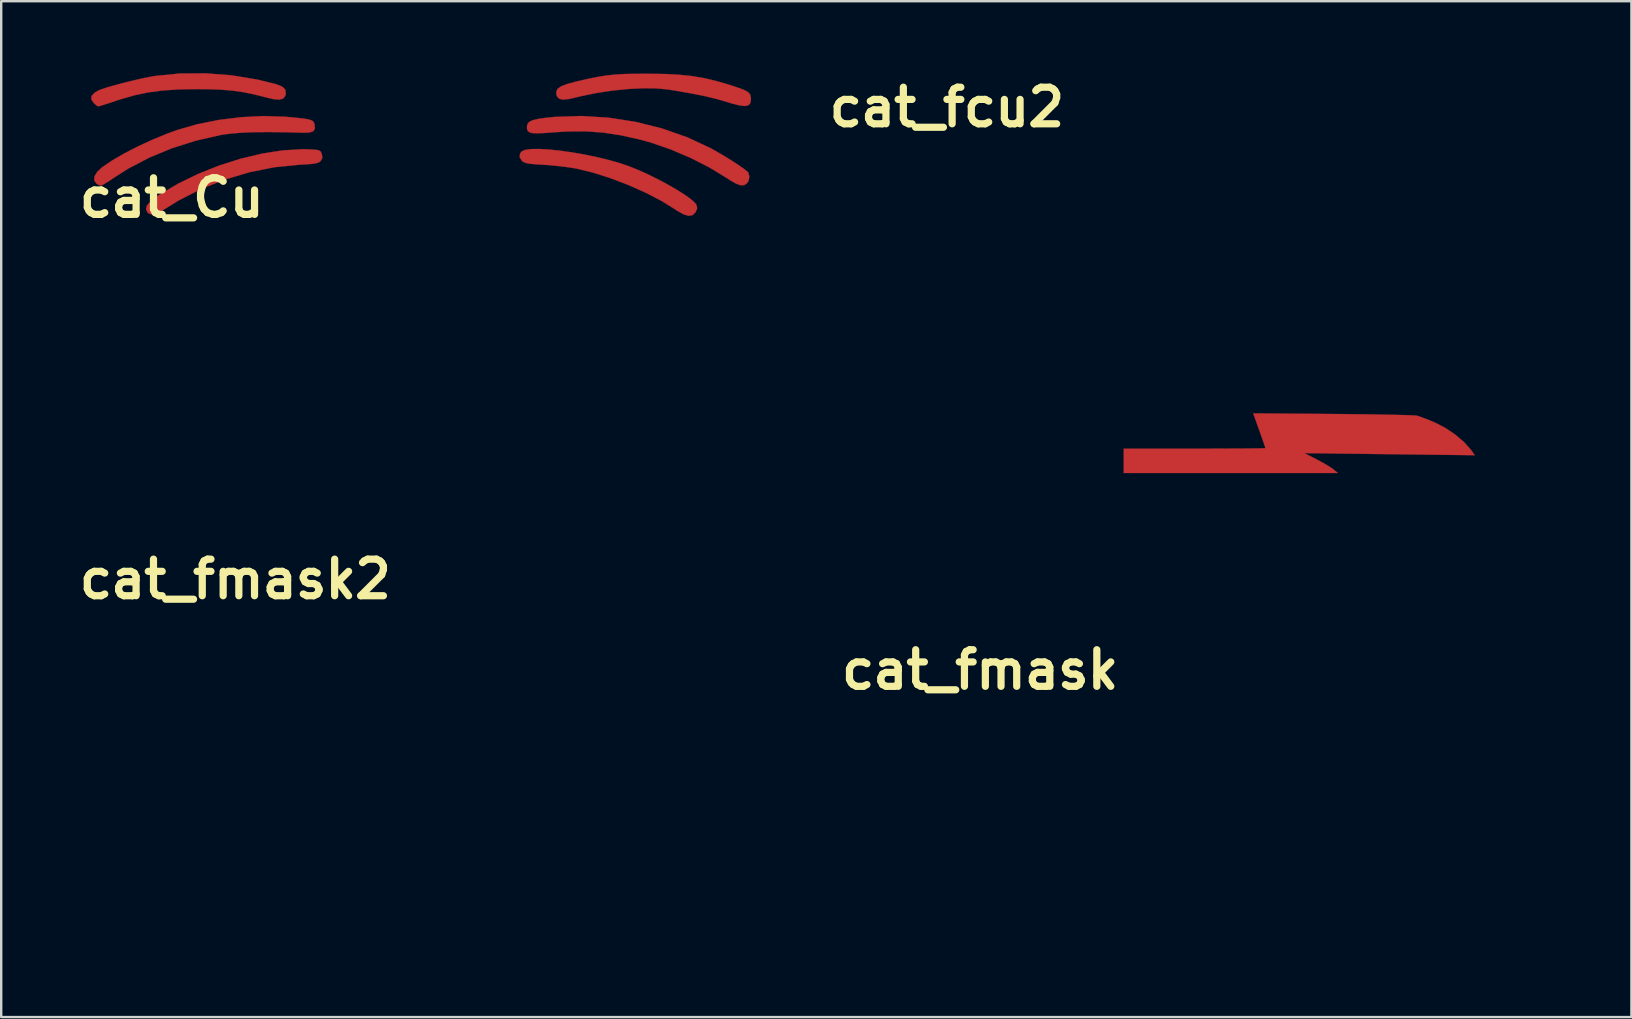
<source format=kicad_pcb>
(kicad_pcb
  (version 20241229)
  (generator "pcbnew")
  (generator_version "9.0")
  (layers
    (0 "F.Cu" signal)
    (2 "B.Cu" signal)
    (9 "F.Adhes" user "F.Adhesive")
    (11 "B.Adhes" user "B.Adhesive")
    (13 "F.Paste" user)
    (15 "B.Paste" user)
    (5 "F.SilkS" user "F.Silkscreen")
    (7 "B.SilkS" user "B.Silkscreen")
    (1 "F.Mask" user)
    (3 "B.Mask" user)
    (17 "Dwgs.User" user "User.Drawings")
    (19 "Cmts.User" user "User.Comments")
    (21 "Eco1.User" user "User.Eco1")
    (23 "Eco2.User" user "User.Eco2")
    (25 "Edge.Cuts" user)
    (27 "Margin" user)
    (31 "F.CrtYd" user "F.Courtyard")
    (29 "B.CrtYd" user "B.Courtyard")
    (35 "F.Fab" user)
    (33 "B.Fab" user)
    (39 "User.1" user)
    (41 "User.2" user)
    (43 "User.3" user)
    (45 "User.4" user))
  (footprint "cat_fmask"
    (layer "F.Cu")
    (at 37.786 24.855)
    (property "Reference" "cat_fmask" (at 0 0 0) (layer "F.SilkS") (effects (font (size 1.524 1.524) (thickness 0.3))))
    (attr through_hole)
    (fp_poly (pts (xy 5.714 -2.02) (xy 5.957 -2.007) (xy 6.105 -1.986) (xy 6.186 -1.946) (xy 6.231 -1.876) (xy 6.249 -1.828) (xy 6.275 -1.67) (xy 6.209 -1.544) (xy 6.201 -1.535) (xy 6.135 -1.482) (xy 6.033 -1.444) (xy 5.872 -1.417) (xy 5.627 -1.396) (xy 5.317 -1.379) (xy 4.285 -1.276) (xy 3.239 -1.067) (xy 2.205 -0.76) (xy 1.211 -0.365) (xy 0.283 0.111) (xy -0.145 0.375) (xy -0.455 0.563) (xy -0.689 0.667) (xy -0.86 0.69) (xy -0.984 0.637) (xy -1.015 0.604) (xy -1.075 0.469) (xy -1.034 0.32) (xy -0.886 0.148) (xy -0.626 -0.055) (xy -0.524 -0.124) (xy 0.247 -0.582) (xy 1.083 -0.99) (xy 1.961 -1.341) (xy 2.858 -1.626) (xy 3.75 -1.841) (xy 4.614 -1.976) (xy 5.427 -2.025) (xy 5.714 -2.02)) (stroke (width 0.01) (type solid)) (fill yes) (layer "F.Mask"))
    (fp_poly (pts (xy 2.502 -5.102) (xy 3.571 -4.926) (xy 4.362 -4.73) (xy 4.604 -4.631) (xy 4.731 -4.504) (xy 4.751 -4.336) (xy 4.731 -4.255) (xy 4.65 -4.141) (xy 4.493 -4.092) (xy 4.248 -4.109) (xy 3.928 -4.183) (xy 3.427 -4.311) (xy 2.961 -4.405) (xy 2.493 -4.47) (xy 1.99 -4.51) (xy 1.418 -4.528) (xy 1.016 -4.53) (xy 0.271 -4.516) (xy -0.383 -4.472) (xy -0.977 -4.393) (xy -1.544 -4.274) (xy -2.118 -4.111) (xy -2.347 -4.036) (xy -2.62 -3.945) (xy -2.848 -3.871) (xy -3.005 -3.824) (xy -3.062 -3.81) (xy -3.139 -3.851) (xy -3.239 -3.937) (xy -3.352 -4.097) (xy -3.346 -4.241) (xy -3.218 -4.378) (xy -3.067 -4.468) (xy -2.908 -4.531) (xy -2.653 -4.613) (xy -2.328 -4.705) (xy -1.962 -4.802) (xy -1.581 -4.895) (xy -1.214 -4.979) (xy -0.888 -5.045) (xy -0.7 -5.077) (xy 0.332 -5.18) (xy 1.411 -5.187) (xy 2.502 -5.102)) (stroke (width 0.01) (type solid)) (fill yes) (layer "F.Mask"))
    (fp_poly (pts (xy 4.719 -3.378) (xy 4.771 -3.374) (xy 5.174 -3.337) (xy 5.469 -3.305) (xy 5.673 -3.273) (xy 5.806 -3.236) (xy 5.884 -3.189) (xy 5.926 -3.128) (xy 5.947 -3.062) (xy 5.963 -2.884) (xy 5.894 -2.773) (xy 5.727 -2.719) (xy 5.485 -2.711) (xy 4.676 -2.733) (xy 3.981 -2.74) (xy 3.385 -2.733) (xy 2.876 -2.711) (xy 2.44 -2.674) (xy 2.066 -2.622) (xy 2.032 -2.616) (xy 1.013 -2.385) (xy 0.016 -2.07) (xy -0.932 -1.679) (xy -1.804 -1.223) (xy -2.317 -0.899) (xy -2.555 -0.74) (xy -2.758 -0.612) (xy -2.901 -0.53) (xy -2.956 -0.508) (xy -3.058 -0.543) (xy -3.137 -0.591) (xy -3.235 -0.727) (xy -3.221 -0.899) (xy -3.099 -1.092) (xy -2.891 -1.282) (xy -2.483 -1.558) (xy -1.981 -1.85) (xy -1.411 -2.143) (xy -0.803 -2.423) (xy -0.185 -2.677) (xy 0.222 -2.825) (xy 1.056 -3.065) (xy 1.963 -3.246) (xy 2.904 -3.361) (xy 3.836 -3.407) (xy 4.719 -3.378)) (stroke (width 0.01) (type solid)) (fill yes) (layer "F.Mask"))
    (fp_poly (pts (xy 18.198 -3.339) (xy 19.324 -3.165) (xy 20.424 -2.891) (xy 21.477 -2.522) (xy 22.458 -2.064) (xy 22.479 -2.052) (xy 22.762 -1.893) (xy 23.063 -1.715) (xy 23.357 -1.531) (xy 23.623 -1.357) (xy 23.838 -1.207) (xy 23.978 -1.096) (xy 24.018 -1.055) (xy 24.064 -0.886) (xy 24.028 -0.701) (xy 23.967 -0.608) (xy 23.85 -0.53) (xy 23.707 -0.522) (xy 23.519 -0.586) (xy 23.266 -0.73) (xy 23.114 -0.829) (xy 22.403 -1.263) (xy 21.608 -1.667) (xy 20.773 -2.021) (xy 19.941 -2.308) (xy 19.526 -2.423) (xy 18.722 -2.603) (xy 17.978 -2.717) (xy 17.25 -2.77) (xy 16.492 -2.764) (xy 15.953 -2.731) (xy 15.543 -2.701) (xy 15.242 -2.688) (xy 15.035 -2.695) (xy 14.903 -2.727) (xy 14.83 -2.786) (xy 14.8 -2.875) (xy 14.796 -2.959) (xy 14.817 -3.074) (xy 14.892 -3.164) (xy 15.036 -3.234) (xy 15.264 -3.289) (xy 15.59 -3.335) (xy 15.962 -3.372) (xy 17.07 -3.41) (xy 18.198 -3.339)) (stroke (width 0.01) (type solid)) (fill yes) (layer "F.Mask"))
    (fp_poly (pts (xy 15.703 -2.013) (xy 16.162 -1.966) (xy 16.658 -1.897) (xy 17.175 -1.808) (xy 17.694 -1.7) (xy 18.199 -1.578) (xy 18.674 -1.442) (xy 19.002 -1.332) (xy 19.39 -1.179) (xy 19.803 -0.995) (xy 20.223 -0.788) (xy 20.632 -0.571) (xy 21.011 -0.354) (xy 21.343 -0.146) (xy 21.608 0.042) (xy 21.788 0.199) (xy 21.859 0.293) (xy 21.89 0.437) (xy 21.829 0.586) (xy 21.82 0.601) (xy 21.697 0.721) (xy 21.537 0.751) (xy 21.326 0.69) (xy 21.049 0.534) (xy 20.955 0.471) (xy 20.398 0.126) (xy 19.748 -0.211) (xy 19.039 -0.528) (xy 18.305 -0.809) (xy 17.58 -1.041) (xy 16.898 -1.21) (xy 16.891 -1.212) (xy 16.57 -1.266) (xy 16.178 -1.317) (xy 15.772 -1.357) (xy 15.5 -1.376) (xy 15.153 -1.397) (xy 14.911 -1.421) (xy 14.75 -1.452) (xy 14.648 -1.493) (xy 14.595 -1.534) (xy 14.49 -1.694) (xy 14.511 -1.846) (xy 14.578 -1.932) (xy 14.718 -1.998) (xy 14.964 -2.031) (xy 15.298 -2.036) (xy 15.703 -2.013)) (stroke (width 0.01) (type solid)) (fill yes) (layer "F.Mask"))
    (fp_poly (pts (xy 19.875 -5.169) (xy 20.561 -5.159) (xy 21.153 -5.127) (xy 21.685 -5.071) (xy 22.188 -4.985) (xy 22.697 -4.864) (xy 23.242 -4.704) (xy 23.378 -4.661) (xy 23.694 -4.554) (xy 23.907 -4.466) (xy 24.038 -4.381) (xy 24.105 -4.286) (xy 24.128 -4.165) (xy 24.13 -4.103) (xy 24.107 -3.951) (xy 24.028 -3.859) (xy 23.881 -3.825) (xy 23.652 -3.85) (xy 23.33 -3.931) (xy 23.082 -4.008) (xy 22.696 -4.12) (xy 22.242 -4.23) (xy 21.702 -4.339) (xy 21.06 -4.452) (xy 20.681 -4.513) (xy 20.203 -4.559) (xy 19.634 -4.565) (xy 19.007 -4.534) (xy 18.35 -4.467) (xy 17.693 -4.368) (xy 17.068 -4.24) (xy 16.863 -4.189) (xy 16.528 -4.113) (xy 16.291 -4.093) (xy 16.137 -4.13) (xy 16.049 -4.226) (xy 16.027 -4.29) (xy 16.018 -4.43) (xy 16.078 -4.545) (xy 16.22 -4.645) (xy 16.458 -4.738) (xy 16.807 -4.834) (xy 16.881 -4.852) (xy 17.343 -4.958) (xy 17.739 -5.038) (xy 18.1 -5.096) (xy 18.459 -5.134) (xy 18.848 -5.157) (xy 19.299 -5.168) (xy 19.842 -5.17) (xy 19.875 -5.169)) (stroke (width 0.01) (type solid)) (fill yes) (layer "F.Mask")))
  (footprint "cat_fcu2"
    (layer "F.Cu")
    (at 36.402 1.418)
    (property "Reference" "cat_fcu2" (at 0 0 0) (layer "F.SilkS") (effects (font (size 1.524 1.524) (thickness 0.3))))
    (attr through_hole)
    (fp_poly (pts (xy 16.081 12.78) (xy 16.724 12.786) (xy 17.333 12.793) (xy 17.896 12.801) (xy 18.399 12.81) (xy 18.83 12.82) (xy 19.176 12.829) (xy 19.425 12.839) (xy 19.565 12.848) (xy 19.585 12.851) (xy 19.725 12.896) (xy 19.944 12.978) (xy 20.204 13.083) (xy 20.33 13.135) (xy 20.76 13.356) (xy 21.179 13.639) (xy 21.551 13.956) (xy 21.837 14.278) (xy 21.852 14.299) (xy 21.994 14.498) (xy 18.442 14.455) (xy 14.891 14.411) (xy 15.399 14.669) (xy 15.655 14.806) (xy 15.889 14.943) (xy 16.062 15.056) (xy 16.097 15.083) (xy 16.288 15.239) (xy 11.827 15.24) (xy 7.366 15.24) (xy 7.366 14.224) (xy 10.319 14.224) (xy 10.917 14.224) (xy 11.476 14.222) (xy 11.98 14.22) (xy 12.42 14.218) (xy 12.781 14.215) (xy 13.051 14.211) (xy 13.219 14.207) (xy 13.271 14.203) (xy 13.251 14.138) (xy 13.197 13.979) (xy 13.116 13.747) (xy 13.017 13.469) (xy 13.017 13.468) (xy 12.762 12.754) (xy 16.081 12.78)) (stroke (width 0.01) (type solid)) (fill yes) (layer "F.Cu")))
  (footprint "cat_fmask2"
    (layer "F.Cu")
    (at 6.756 21.081)
    (property "Reference" "cat_fmask2" (at 0 0 0) (layer "F.SilkS") (effects (font (size 1.524 1.524) (thickness 0.3))))
    (attr through_hole)
    (fp_poly (pts (xy 16.081 12.78) (xy 16.724 12.786) (xy 17.333 12.793) (xy 17.896 12.801) (xy 18.399 12.81) (xy 18.83 12.82) (xy 19.176 12.829) (xy 19.425 12.839) (xy 19.565 12.848) (xy 19.585 12.851) (xy 19.725 12.896) (xy 19.944 12.978) (xy 20.204 13.083) (xy 20.33 13.135) (xy 20.76 13.356) (xy 21.179 13.639) (xy 21.551 13.956) (xy 21.837 14.278) (xy 21.852 14.299) (xy 21.994 14.498) (xy 18.442 14.455) (xy 14.891 14.411) (xy 15.399 14.669) (xy 15.655 14.806) (xy 15.889 14.943) (xy 16.062 15.056) (xy 16.097 15.083) (xy 16.288 15.239) (xy 11.827 15.24) (xy 7.366 15.24) (xy 7.366 14.224) (xy 10.319 14.224) (xy 10.917 14.224) (xy 11.476 14.222) (xy 11.98 14.22) (xy 12.42 14.218) (xy 12.781 14.215) (xy 13.051 14.211) (xy 13.219 14.207) (xy 13.271 14.203) (xy 13.251 14.138) (xy 13.197 13.979) (xy 13.116 13.747) (xy 13.017 13.469) (xy 13.017 13.468) (xy 12.762 12.754) (xy 16.081 12.78)) (stroke (width 0.01) (type solid)) (fill yes) (layer "F.Mask")))
  (footprint "cat_Cu"
    (layer "F.Cu")
    (at 4.108 5.192)
    (property "Reference" "cat_Cu" (at 0 0 0) (layer "F.SilkS") (effects (font (size 1.524 1.524) (thickness 0.3))))
    (attr through_hole)
    (fp_poly (pts (xy 5.714 -2.02) (xy 5.957 -2.007) (xy 6.105 -1.986) (xy 6.186 -1.946) (xy 6.231 -1.876) (xy 6.249 -1.828) (xy 6.275 -1.67) (xy 6.209 -1.544) (xy 6.201 -1.535) (xy 6.135 -1.482) (xy 6.033 -1.444) (xy 5.872 -1.417) (xy 5.627 -1.396) (xy 5.317 -1.379) (xy 4.285 -1.276) (xy 3.239 -1.067) (xy 2.205 -0.76) (xy 1.211 -0.365) (xy 0.283 0.111) (xy -0.145 0.375) (xy -0.455 0.563) (xy -0.689 0.667) (xy -0.86 0.69) (xy -0.984 0.637) (xy -1.015 0.604) (xy -1.075 0.469) (xy -1.034 0.32) (xy -0.886 0.148) (xy -0.626 -0.055) (xy -0.524 -0.124) (xy 0.247 -0.582) (xy 1.083 -0.99) (xy 1.961 -1.341) (xy 2.858 -1.626) (xy 3.75 -1.841) (xy 4.614 -1.976) (xy 5.427 -2.025) (xy 5.714 -2.02)) (stroke (width 0.01) (type solid)) (fill yes) (layer "F.Cu"))
    (fp_poly (pts (xy 2.502 -5.102) (xy 3.571 -4.926) (xy 4.362 -4.73) (xy 4.604 -4.631) (xy 4.731 -4.504) (xy 4.751 -4.336) (xy 4.731 -4.255) (xy 4.65 -4.141) (xy 4.493 -4.092) (xy 4.248 -4.109) (xy 3.928 -4.183) (xy 3.427 -4.311) (xy 2.961 -4.405) (xy 2.493 -4.47) (xy 1.99 -4.51) (xy 1.418 -4.528) (xy 1.016 -4.53) (xy 0.271 -4.516) (xy -0.383 -4.472) (xy -0.977 -4.393) (xy -1.544 -4.274) (xy -2.118 -4.111) (xy -2.347 -4.036) (xy -2.62 -3.945) (xy -2.848 -3.871) (xy -3.005 -3.824) (xy -3.062 -3.81) (xy -3.139 -3.851) (xy -3.239 -3.937) (xy -3.352 -4.097) (xy -3.346 -4.241) (xy -3.218 -4.378) (xy -3.067 -4.468) (xy -2.908 -4.531) (xy -2.653 -4.613) (xy -2.328 -4.705) (xy -1.962 -4.802) (xy -1.581 -4.895) (xy -1.214 -4.979) (xy -0.888 -5.045) (xy -0.7 -5.077) (xy 0.332 -5.18) (xy 1.411 -5.187) (xy 2.502 -5.102)) (stroke (width 0.01) (type solid)) (fill yes) (layer "F.Cu"))
    (fp_poly (pts (xy 4.719 -3.378) (xy 4.771 -3.374) (xy 5.174 -3.337) (xy 5.469 -3.305) (xy 5.673 -3.273) (xy 5.806 -3.236) (xy 5.884 -3.189) (xy 5.926 -3.128) (xy 5.947 -3.062) (xy 5.963 -2.884) (xy 5.894 -2.773) (xy 5.727 -2.719) (xy 5.485 -2.711) (xy 4.676 -2.733) (xy 3.981 -2.74) (xy 3.385 -2.733) (xy 2.876 -2.711) (xy 2.44 -2.674) (xy 2.066 -2.622) (xy 2.032 -2.616) (xy 1.013 -2.385) (xy 0.016 -2.07) (xy -0.932 -1.679) (xy -1.804 -1.223) (xy -2.317 -0.899) (xy -2.555 -0.74) (xy -2.758 -0.612) (xy -2.901 -0.53) (xy -2.956 -0.508) (xy -3.058 -0.543) (xy -3.137 -0.591) (xy -3.235 -0.727) (xy -3.221 -0.899) (xy -3.099 -1.092) (xy -2.891 -1.282) (xy -2.483 -1.558) (xy -1.981 -1.85) (xy -1.411 -2.143) (xy -0.803 -2.423) (xy -0.185 -2.677) (xy 0.222 -2.825) (xy 1.056 -3.065) (xy 1.963 -3.246) (xy 2.904 -3.361) (xy 3.836 -3.407) (xy 4.719 -3.378)) (stroke (width 0.01) (type solid)) (fill yes) (layer "F.Cu"))
    (fp_poly (pts (xy 18.198 -3.339) (xy 19.324 -3.165) (xy 20.424 -2.891) (xy 21.477 -2.522) (xy 22.458 -2.064) (xy 22.479 -2.052) (xy 22.762 -1.893) (xy 23.063 -1.715) (xy 23.357 -1.531) (xy 23.623 -1.357) (xy 23.838 -1.207) (xy 23.978 -1.096) (xy 24.018 -1.055) (xy 24.064 -0.886) (xy 24.028 -0.701) (xy 23.967 -0.608) (xy 23.85 -0.53) (xy 23.707 -0.522) (xy 23.519 -0.586) (xy 23.266 -0.73) (xy 23.114 -0.829) (xy 22.403 -1.263) (xy 21.608 -1.667) (xy 20.773 -2.021) (xy 19.941 -2.308) (xy 19.526 -2.423) (xy 18.722 -2.603) (xy 17.978 -2.717) (xy 17.25 -2.77) (xy 16.492 -2.764) (xy 15.953 -2.731) (xy 15.543 -2.701) (xy 15.242 -2.688) (xy 15.035 -2.695) (xy 14.903 -2.727) (xy 14.83 -2.786) (xy 14.8 -2.875) (xy 14.796 -2.959) (xy 14.817 -3.074) (xy 14.892 -3.164) (xy 15.036 -3.234) (xy 15.264 -3.289) (xy 15.59 -3.335) (xy 15.962 -3.372) (xy 17.07 -3.41) (xy 18.198 -3.339)) (stroke (width 0.01) (type solid)) (fill yes) (layer "F.Cu"))
    (fp_poly (pts (xy 15.703 -2.013) (xy 16.162 -1.966) (xy 16.658 -1.897) (xy 17.175 -1.808) (xy 17.694 -1.7) (xy 18.199 -1.578) (xy 18.674 -1.442) (xy 19.002 -1.332) (xy 19.39 -1.179) (xy 19.803 -0.995) (xy 20.223 -0.788) (xy 20.632 -0.571) (xy 21.011 -0.354) (xy 21.343 -0.146) (xy 21.608 0.042) (xy 21.788 0.199) (xy 21.859 0.293) (xy 21.89 0.437) (xy 21.829 0.586) (xy 21.82 0.601) (xy 21.697 0.721) (xy 21.537 0.751) (xy 21.326 0.69) (xy 21.049 0.534) (xy 20.955 0.471) (xy 20.398 0.126) (xy 19.748 -0.211) (xy 19.039 -0.528) (xy 18.305 -0.809) (xy 17.58 -1.041) (xy 16.898 -1.21) (xy 16.891 -1.212) (xy 16.57 -1.266) (xy 16.178 -1.317) (xy 15.772 -1.357) (xy 15.5 -1.376) (xy 15.153 -1.397) (xy 14.911 -1.421) (xy 14.75 -1.452) (xy 14.648 -1.493) (xy 14.595 -1.534) (xy 14.49 -1.694) (xy 14.511 -1.846) (xy 14.578 -1.932) (xy 14.718 -1.998) (xy 14.964 -2.031) (xy 15.298 -2.036) (xy 15.703 -2.013)) (stroke (width 0.01) (type solid)) (fill yes) (layer "F.Cu"))
    (fp_poly (pts (xy 19.875 -5.169) (xy 20.561 -5.159) (xy 21.153 -5.127) (xy 21.685 -5.071) (xy 22.188 -4.985) (xy 22.697 -4.864) (xy 23.242 -4.704) (xy 23.378 -4.661) (xy 23.694 -4.554) (xy 23.907 -4.466) (xy 24.038 -4.381) (xy 24.105 -4.286) (xy 24.128 -4.165) (xy 24.13 -4.103) (xy 24.107 -3.951) (xy 24.028 -3.859) (xy 23.881 -3.825) (xy 23.652 -3.85) (xy 23.33 -3.931) (xy 23.082 -4.008) (xy 22.696 -4.12) (xy 22.242 -4.23) (xy 21.702 -4.339) (xy 21.06 -4.452) (xy 20.681 -4.513) (xy 20.203 -4.559) (xy 19.634 -4.565) (xy 19.007 -4.534) (xy 18.35 -4.467) (xy 17.693 -4.368) (xy 17.068 -4.24) (xy 16.863 -4.189) (xy 16.528 -4.113) (xy 16.291 -4.093) (xy 16.137 -4.13) (xy 16.049 -4.226) (xy 16.027 -4.29) (xy 16.018 -4.43) (xy 16.078 -4.545) (xy 16.22 -4.645) (xy 16.458 -4.738) (xy 16.807 -4.834) (xy 16.881 -4.852) (xy 17.343 -4.958) (xy 17.739 -5.038) (xy 18.1 -5.096) (xy 18.459 -5.134) (xy 18.848 -5.157) (xy 19.299 -5.168) (xy 19.842 -5.17) (xy 19.875 -5.169)) (stroke (width 0.01) (type solid)) (fill yes) (layer "F.Cu")))
  (gr_rect
    (start -3 -3)
    (end 64.921 39.326)
    (stroke (width 0.1) (type default))
    (fill no)
    (layer "Edge.Cuts")))
</source>
